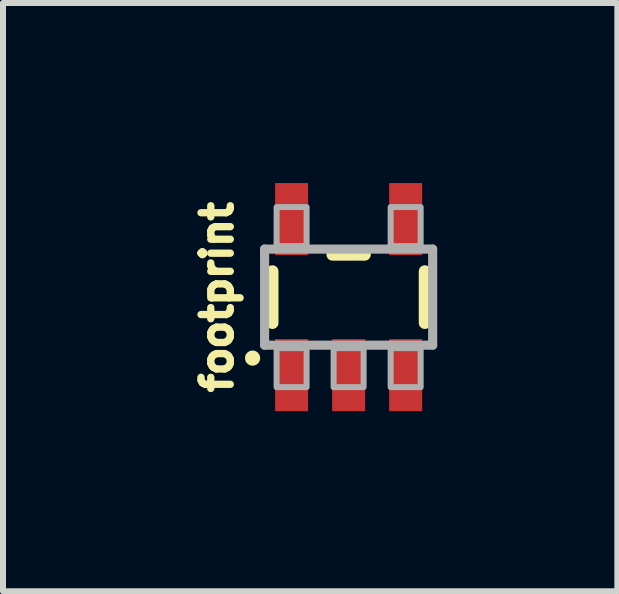
<source format=kicad_pcb>
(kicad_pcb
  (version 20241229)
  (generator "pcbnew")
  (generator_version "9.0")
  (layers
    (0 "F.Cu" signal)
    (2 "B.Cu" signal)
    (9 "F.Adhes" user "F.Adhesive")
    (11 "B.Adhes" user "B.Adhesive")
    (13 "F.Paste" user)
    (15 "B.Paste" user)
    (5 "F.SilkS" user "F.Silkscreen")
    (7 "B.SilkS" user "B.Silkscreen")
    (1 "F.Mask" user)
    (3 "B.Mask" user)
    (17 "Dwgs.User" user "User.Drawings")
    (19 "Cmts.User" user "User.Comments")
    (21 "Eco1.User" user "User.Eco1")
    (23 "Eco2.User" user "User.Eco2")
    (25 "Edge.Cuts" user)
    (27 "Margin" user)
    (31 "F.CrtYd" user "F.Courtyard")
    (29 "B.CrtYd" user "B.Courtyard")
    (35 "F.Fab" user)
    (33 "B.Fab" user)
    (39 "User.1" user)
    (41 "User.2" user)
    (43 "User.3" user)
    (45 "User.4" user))
  (footprint "footprint"
    (layer "F.Cu")
    (at 2.758 1.9)
    (property "Reference" "footprint" (at -1.905 0 90) (layer "F.SilkS") (effects (font (size 0.488 0.488) (thickness 0.122)) (justify bottom)))
    (fp_line (start -1.27 0.429) (end -1.27 -0.429) (stroke (width 0.203) (type solid)) (layer "F.SilkS"))
    (fp_line (start -0.268 -0.709) (end 0.268 -0.709) (stroke (width 0.203) (type solid)) (layer "F.SilkS"))
    (fp_line (start 1.27 -0.429) (end 1.27 0.429) (stroke (width 0.203) (type solid)) (layer "F.SilkS"))
    (fp_circle (center -1.6 1.016) (end -1.537 1.016) (stroke (width 0.127) (type solid)) (fill yes) (layer "F.SilkS"))
    (fp_line (start -1.4 -0.8) (end -1.4 0.8) (stroke (width 0.152) (type solid)) (layer "F.Fab"))
    (fp_line (start -1.4 -0.8) (end 1.4 -0.8) (stroke (width 0.152) (type solid)) (layer "F.Fab"))
    (fp_line (start 1.4 -0.8) (end 1.4 0.8) (stroke (width 0.152) (type solid)) (layer "F.Fab"))
    (fp_line (start 1.4 0.8) (end -1.4 0.8) (stroke (width 0.152) (type solid)) (layer "F.Fab"))
    (fp_poly (pts (xy -1.2 -0.85) (xy -0.7 -0.85) (xy -0.7 -1.5) (xy -1.2 -1.5)) (stroke (width 0.1) (type solid)) (fill no) (layer "F.Fab"))
    (fp_poly (pts (xy -1.2 1.5) (xy -0.7 1.5) (xy -0.7 0.85) (xy -1.2 0.85)) (stroke (width 0.1) (type solid)) (fill no) (layer "F.Fab"))
    (fp_poly (pts (xy -0.25 1.5) (xy 0.25 1.5) (xy 0.25 0.85) (xy -0.25 0.85)) (stroke (width 0.1) (type solid)) (fill no) (layer "F.Fab"))
    (fp_poly (pts (xy 0.7 -0.85) (xy 1.2 -0.85) (xy 1.2 -1.5) (xy 0.7 -1.5)) (stroke (width 0.1) (type solid)) (fill no) (layer "F.Fab"))
    (fp_poly (pts (xy 0.7 1.5) (xy 1.2 1.5) (xy 1.2 0.85) (xy 0.7 0.85)) (stroke (width 0.1) (type solid)) (fill no) (layer "F.Fab"))
    (pad "1" smd rect (at -0.95 1.3) (size 0.55 1.2) (layers "F.Cu" "F.Mask" "F.Paste"))
    (pad "2" smd rect (at 0 1.3) (size 0.55 1.2) (layers "F.Cu" "F.Mask" "F.Paste"))
    (pad "3" smd rect (at 0.95 1.3) (size 0.55 1.2) (layers "F.Cu" "F.Mask" "F.Paste"))
    (pad "4" smd rect (at 0.95 -1.3) (size 0.55 1.2) (layers "F.Cu" "F.Mask" "F.Paste"))
    (pad "5" smd rect (at -0.95 -1.3) (size 0.55 1.2) (layers "F.Cu" "F.Mask" "F.Paste")))
  (gr_rect
    (start -3 -3)
    (end 7.235 6.8)
    (stroke (width 0.1) (type default))
    (fill no)
    (layer "Edge.Cuts")))
</source>
